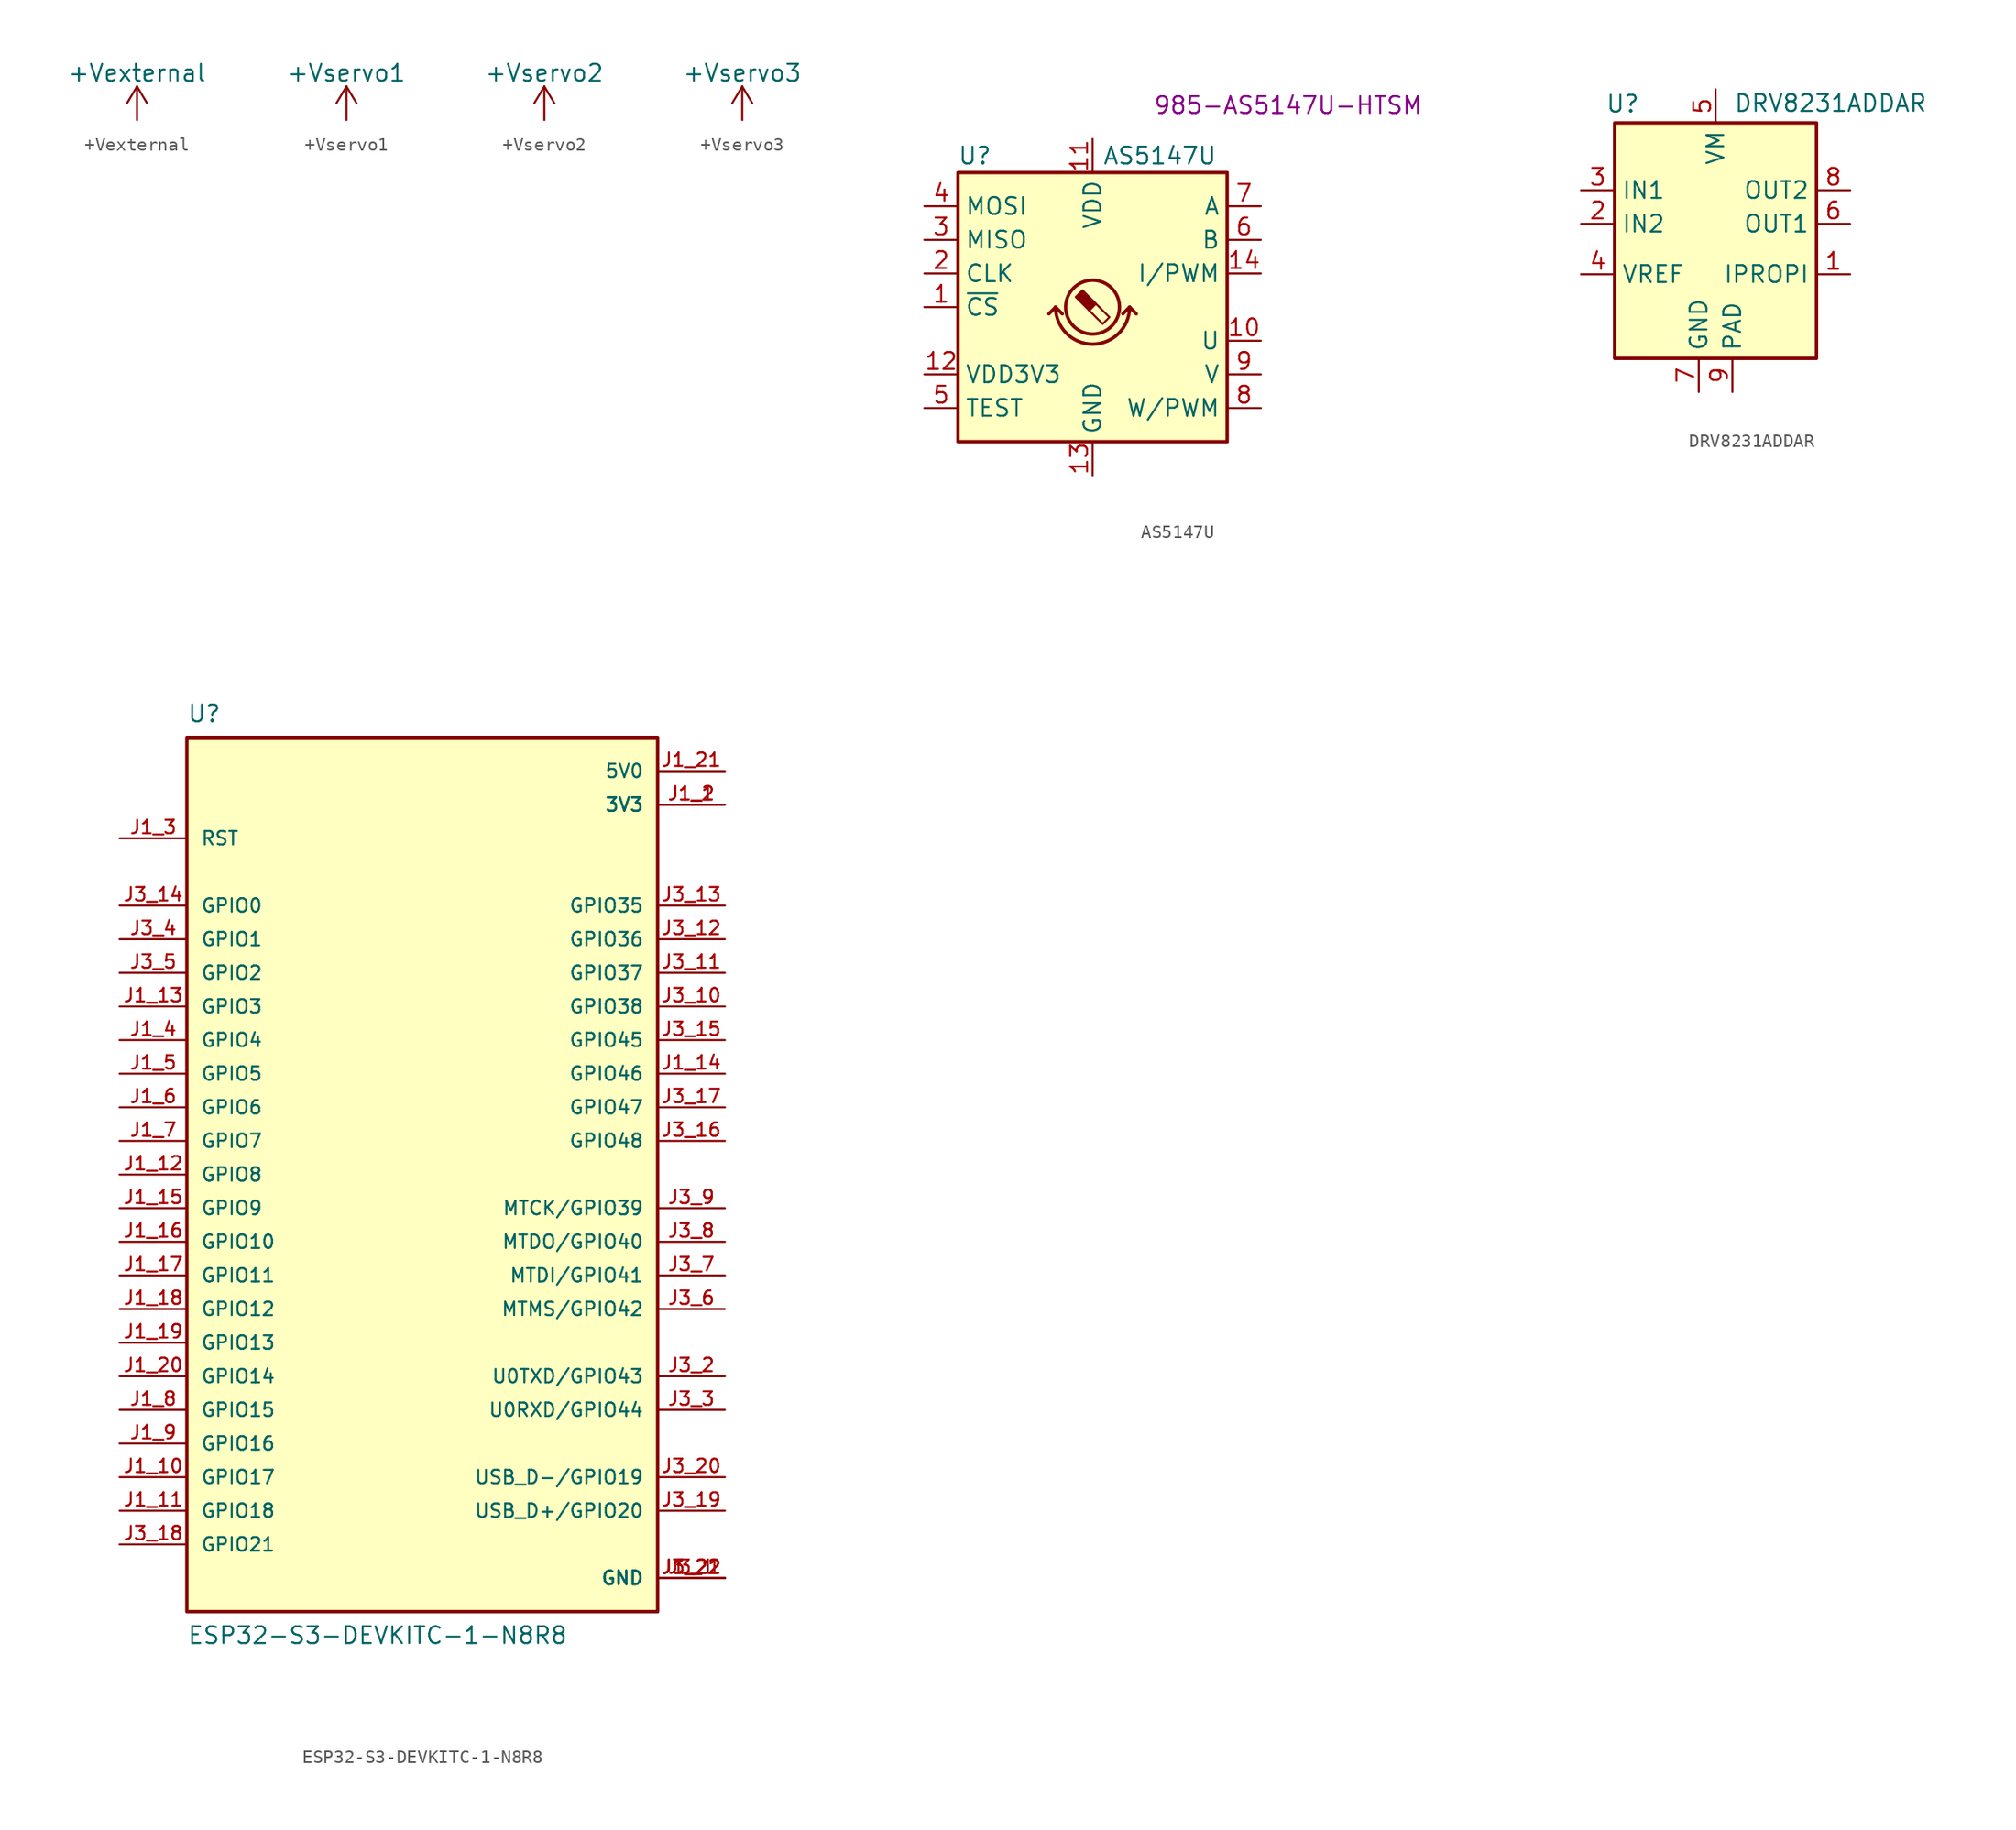
<source format=kicad_sym>
(kicad_symbol_lib
  (version 20220914)
  (generator kicad_symbol_editor)
  (symbol "+Vexternal"
    (power)
    (pin_names
      (offset 0))
    (property "Reference" "#PWR"
      (at 0 -3.81 0)
      (effects (font (size 1.27 1.27)) hide))
    (property "Value" "+Vexternal"
      (at 0 3.556 0)
      (effects (font (size 1.27 1.27))))
    (symbol "+Vexternal_0_1"
      (polyline (pts (xy -0.762 1.27) (xy 0 2.54)) (stroke (width 0) (type default)) (fill (type none)))
      (polyline (pts (xy 0 0) (xy 0 2.54)) (stroke (width 0) (type default)) (fill (type none)))
      (polyline (pts (xy 0 2.54) (xy 0.762 1.27)) (stroke (width 0) (type default)) (fill (type none))))
    (symbol "+Vexternal_1_1"
      (pin power_in line (at 0 0 90) (length 0) hide (name "+Vexternal" (effects (font (size 1.27 1.27)))) (number "1" (effects (font (size 1.27 1.27)))))))
  (symbol "+Vservo1"
    (power)
    (pin_names
      (offset 0))
    (property "Reference" "#PWR"
      (at 0 -3.81 0)
      (effects (font (size 1.27 1.27)) hide))
    (property "Value" "+Vservo1"
      (at 0 3.556 0)
      (effects (font (size 1.27 1.27))))
    (symbol "+Vservo1_0_1"
      (polyline (pts (xy -0.762 1.27) (xy 0 2.54)) (stroke (width 0) (type default)) (fill (type none)))
      (polyline (pts (xy 0 0) (xy 0 2.54)) (stroke (width 0) (type default)) (fill (type none)))
      (polyline (pts (xy 0 2.54) (xy 0.762 1.27)) (stroke (width 0) (type default)) (fill (type none))))
    (symbol "+Vservo1_1_1"
      (pin power_in line (at 0 0 90) (length 0) hide (name "+Vservo1" (effects (font (size 1.27 1.27)))) (number "1" (effects (font (size 1.27 1.27)))))))
  (symbol "+Vservo2"
    (power)
    (pin_names
      (offset 0))
    (property "Reference" "#PWR"
      (at 0 -3.81 0)
      (effects (font (size 1.27 1.27)) hide))
    (property "Value" "+Vservo2"
      (at 0 3.556 0)
      (effects (font (size 1.27 1.27))))
    (symbol "+Vservo2_0_1"
      (polyline (pts (xy -0.762 1.27) (xy 0 2.54)) (stroke (width 0) (type default)) (fill (type none)))
      (polyline (pts (xy 0 0) (xy 0 2.54)) (stroke (width 0) (type default)) (fill (type none)))
      (polyline (pts (xy 0 2.54) (xy 0.762 1.27)) (stroke (width 0) (type default)) (fill (type none))))
    (symbol "+Vservo2_1_1"
      (pin power_in line (at 0 0 90) (length 0) hide (name "+Vservo2" (effects (font (size 1.27 1.27)))) (number "1" (effects (font (size 1.27 1.27)))))))
  (symbol "+Vservo3"
    (power)
    (pin_names
      (offset 0))
    (property "Reference" "#PWR"
      (at 0 -3.81 0)
      (effects (font (size 1.27 1.27)) hide))
    (property "Value" "+Vservo3"
      (at 0 3.556 0)
      (effects (font (size 1.27 1.27))))
    (symbol "+Vservo3_0_1"
      (polyline (pts (xy -0.762 1.27) (xy 0 2.54)) (stroke (width 0) (type default)) (fill (type none)))
      (polyline (pts (xy 0 0) (xy 0 2.54)) (stroke (width 0) (type default)) (fill (type none)))
      (polyline (pts (xy 0 2.54) (xy 0.762 1.27)) (stroke (width 0) (type default)) (fill (type none))))
    (symbol "+Vservo3_1_1"
      (pin power_in line (at 0 0 90) (length 0) hide (name "+Vservo3" (effects (font (size 1.27 1.27)))) (number "1" (effects (font (size 1.27 1.27)))))))
  (symbol "AS5147U"
    (property "Reference" "U"
      (at -8.89 11.43 0)
      (effects (font (size 1.27 1.27))))
    (property "Value" "AS5147U"
      (at 5.08 11.43 0)
      (effects (font (size 1.27 1.27))))
    (property "Mouser" "985-AS5147U-HTSM "
      (at 15.24 15.24 0)
      (effects (font (size 1.27 1.27))))
    (symbol "AS5147U_1_1"
      (rectangle (start -10.16 10.16) (end 10.16 -10.16) (stroke (width 0.254) (type default)) (fill (type background)))
      (arc (start -2.794 0) (mid 0 -2.7819) (end 2.794 0) (stroke (width 0.254) (type default)) (fill (type none)))
      (polyline (pts (xy -2.794 0) (xy -3.302 -0.508)) (stroke (width 0.254) (type default)) (fill (type none)))
      (polyline (pts (xy -2.794 0) (xy -2.286 -0.508)) (stroke (width 0.254) (type default)) (fill (type none)))
      (polyline (pts (xy 2.794 0) (xy 2.286 -0.508)) (stroke (width 0.254) (type default)) (fill (type none)))
      (polyline (pts (xy 2.794 0) (xy 3.302 -0.508)) (stroke (width 0.254) (type default)) (fill (type none)))
      (polyline (pts (xy 0.254 0.254) (xy 1.27 -0.762) (xy 0.762 -1.27) (xy -0.254 -0.254)) (stroke (width 0) (type default)) (fill (type none)))
      (polyline (pts (xy -0.762 1.27) (xy 0.254 0.254) (xy -0.254 -0.254) (xy -1.27 0.762) (xy -1.016 1.016) (xy -0.762 1.27) (xy -0.635 1.143)) (stroke (width 0) (type default)) (fill (type outline)))
      (circle (center 0 0) (radius 2.032) (stroke (width 0.254) (type default)) (fill (type none)))
      (pin input line (at -12.7 0 0) (length 2.54) (name "~{CS}" (effects (font (size 1.27 1.27)))) (number "1" (effects (font (size 1.27 1.27)))))
      (pin output line (at 12.7 -2.54 180) (length 2.54) (name "U" (effects (font (size 1.27 1.27)))) (number "10" (effects (font (size 1.27 1.27)))))
      (pin power_in line (at 0 12.7 270) (length 2.54) (name "VDD" (effects (font (size 1.27 1.27)))) (number "11" (effects (font (size 1.27 1.27)))))
      (pin power_out line (at -12.7 -5.08 0) (length 2.54) (name "VDD3V3" (effects (font (size 1.27 1.27)))) (number "12" (effects (font (size 1.27 1.27)))))
      (pin power_in line (at 0 -12.7 90) (length 2.54) (name "GND" (effects (font (size 1.27 1.27)))) (number "13" (effects (font (size 1.27 1.27)))))
      (pin output line (at 12.7 2.54 180) (length 2.54) (name "I/PWM" (effects (font (size 1.27 1.27)))) (number "14" (effects (font (size 1.27 1.27)))))
      (pin input line (at -12.7 2.54 0) (length 2.54) (name "CLK" (effects (font (size 1.27 1.27)))) (number "2" (effects (font (size 1.27 1.27)))))
      (pin output line (at -12.7 5.08 0) (length 2.54) (name "MISO" (effects (font (size 1.27 1.27)))) (number "3" (effects (font (size 1.27 1.27)))))
      (pin input line (at -12.7 7.62 0) (length 2.54) (name "MOSI" (effects (font (size 1.27 1.27)))) (number "4" (effects (font (size 1.27 1.27)))))
      (pin input line (at -12.7 -7.62 0) (length 2.54) (name "TEST" (effects (font (size 1.27 1.27)))) (number "5" (effects (font (size 1.27 1.27)))))
      (pin output line (at 12.7 5.08 180) (length 2.54) (name "B" (effects (font (size 1.27 1.27)))) (number "6" (effects (font (size 1.27 1.27)))))
      (pin output line (at 12.7 7.62 180) (length 2.54) (name "A" (effects (font (size 1.27 1.27)))) (number "7" (effects (font (size 1.27 1.27)))))
      (pin output line (at 12.7 -7.62 180) (length 2.54) (name "W/PWM" (effects (font (size 1.27 1.27)))) (number "8" (effects (font (size 1.27 1.27)))))
      (pin output line (at 12.7 -5.08 180) (length 2.54) (name "V" (effects (font (size 1.27 1.27)))) (number "9" (effects (font (size 1.27 1.27)))))))
  (symbol "DRV8231ADDAR"
    (property "Reference" "U"
      (at 0.611 -3.646 0)
      (effects (font (size 1.27 1.27))))
    (property "Value" "DRV8231ADDAR"
      (at 16.307 -3.596 0)
      (effects (font (size 1.27 1.27))))
    (symbol "DRV8231ADDAR_0_1"
      (rectangle (start 0 -5.08) (end 15.24 -22.86) (stroke (width 0.254) (type default)) (fill (type background))))
    (symbol "DRV8231ADDAR_1_0"
      (pin output line (at 17.78 -16.51 180) (length 2.54) (name "IPROPI" (effects (font (size 1.27 1.27)))) (number "1" (effects (font (size 1.27 1.27)))))
      (pin input line (at -2.54 -12.7 0) (length 2.54) (name "IN2" (effects (font (size 1.27 1.27)))) (number "2" (effects (font (size 1.27 1.27)))))
      (pin input line (at -2.54 -10.16 0) (length 2.54) (name "IN1" (effects (font (size 1.27 1.27)))) (number "3" (effects (font (size 1.27 1.27)))))
      (pin input line (at -2.54 -16.51 0) (length 2.54) (name "VREF" (effects (font (size 1.27 1.27)))) (number "4" (effects (font (size 1.27 1.27)))))
      (pin power_in line (at 7.62 -2.54 270) (length 2.54) (name "VM" (effects (font (size 1.27 1.27)))) (number "5" (effects (font (size 1.27 1.27)))))
      (pin power_out line (at 17.78 -12.7 180) (length 2.54) (name "OUT1" (effects (font (size 1.27 1.27)))) (number "6" (effects (font (size 1.27 1.27)))))
      (pin power_in line (at 6.35 -25.4 90) (length 2.54) (name "GND" (effects (font (size 1.27 1.27)))) (number "7" (effects (font (size 1.27 1.27)))))
      (pin power_out line (at 17.78 -10.16 180) (length 2.54) (name "OUT2" (effects (font (size 1.27 1.27)))) (number "8" (effects (font (size 1.27 1.27)))))
      (pin power_in line (at 8.89 -25.4 90) (length 2.54) (name "PAD" (effects (font (size 1.27 1.27)))) (number "9" (effects (font (size 1.27 1.27)))))))
  (symbol "ESP32-S3-DEVKITC-1-N8R8"
    (pin_names
      (offset 1.016))
    (property "Reference" "U"
      (at -17.78 35.56 0)
      (effects (font (size 1.27 1.27)) (justify left top)))
    (property "Value" "ESP32-S3-DEVKITC-1-N8R8"
      (at -17.78 -35.56 0)
      (effects (font (size 1.27 1.27)) (justify left bottom)))
    (symbol "ESP32-S3-DEVKITC-1-N8R8_0_0"
      (rectangle (start -17.78 33.02) (end 17.78 -33.02) (stroke (width 0.254) (type default)) (fill (type background)))
      (pin power_in line (at 22.86 27.94 180) (length 5.08) (name "3V3" (effects (font (size 1.016 1.016)))) (number "J1_1" (effects (font (size 1.016 1.016)))))
      (pin bidirectional line (at -22.86 -22.86 0) (length 5.08) (name "GPIO17" (effects (font (size 1.016 1.016)))) (number "J1_10" (effects (font (size 1.016 1.016)))))
      (pin bidirectional line (at -22.86 -25.4 0) (length 5.08) (name "GPIO18" (effects (font (size 1.016 1.016)))) (number "J1_11" (effects (font (size 1.016 1.016)))))
      (pin bidirectional line (at -22.86 0 0) (length 5.08) (name "GPIO8" (effects (font (size 1.016 1.016)))) (number "J1_12" (effects (font (size 1.016 1.016)))))
      (pin bidirectional line (at -22.86 12.7 0) (length 5.08) (name "GPIO3" (effects (font (size 1.016 1.016)))) (number "J1_13" (effects (font (size 1.016 1.016)))))
      (pin bidirectional line (at 22.86 7.62 180) (length 5.08) (name "GPIO46" (effects (font (size 1.016 1.016)))) (number "J1_14" (effects (font (size 1.016 1.016)))))
      (pin bidirectional line (at -22.86 -2.54 0) (length 5.08) (name "GPIO9" (effects (font (size 1.016 1.016)))) (number "J1_15" (effects (font (size 1.016 1.016)))))
      (pin bidirectional line (at -22.86 -5.08 0) (length 5.08) (name "GPIO10" (effects (font (size 1.016 1.016)))) (number "J1_16" (effects (font (size 1.016 1.016)))))
      (pin bidirectional line (at -22.86 -7.62 0) (length 5.08) (name "GPIO11" (effects (font (size 1.016 1.016)))) (number "J1_17" (effects (font (size 1.016 1.016)))))
      (pin bidirectional line (at -22.86 -10.16 0) (length 5.08) (name "GPIO12" (effects (font (size 1.016 1.016)))) (number "J1_18" (effects (font (size 1.016 1.016)))))
      (pin bidirectional line (at -22.86 -12.7 0) (length 5.08) (name "GPIO13" (effects (font (size 1.016 1.016)))) (number "J1_19" (effects (font (size 1.016 1.016)))))
      (pin power_in line (at 22.86 27.94 180) (length 5.08) (name "3V3" (effects (font (size 1.016 1.016)))) (number "J1_2" (effects (font (size 1.016 1.016)))))
      (pin bidirectional line (at -22.86 -15.24 0) (length 5.08) (name "GPIO14" (effects (font (size 1.016 1.016)))) (number "J1_20" (effects (font (size 1.016 1.016)))))
      (pin power_in line (at 22.86 30.48 180) (length 5.08) (name "5V0" (effects (font (size 1.016 1.016)))) (number "J1_21" (effects (font (size 1.016 1.016)))))
      (pin power_in line (at 22.86 -30.48 180) (length 5.08) (name "GND" (effects (font (size 1.016 1.016)))) (number "J1_22" (effects (font (size 1.016 1.016)))))
      (pin input line (at -22.86 25.4 0) (length 5.08) (name "RST" (effects (font (size 1.016 1.016)))) (number "J1_3" (effects (font (size 1.016 1.016)))))
      (pin bidirectional line (at -22.86 10.16 0) (length 5.08) (name "GPIO4" (effects (font (size 1.016 1.016)))) (number "J1_4" (effects (font (size 1.016 1.016)))))
      (pin bidirectional line (at -22.86 7.62 0) (length 5.08) (name "GPIO5" (effects (font (size 1.016 1.016)))) (number "J1_5" (effects (font (size 1.016 1.016)))))
      (pin bidirectional line (at -22.86 5.08 0) (length 5.08) (name "GPIO6" (effects (font (size 1.016 1.016)))) (number "J1_6" (effects (font (size 1.016 1.016)))))
      (pin bidirectional line (at -22.86 2.54 0) (length 5.08) (name "GPIO7" (effects (font (size 1.016 1.016)))) (number "J1_7" (effects (font (size 1.016 1.016)))))
      (pin bidirectional line (at -22.86 -17.78 0) (length 5.08) (name "GPIO15" (effects (font (size 1.016 1.016)))) (number "J1_8" (effects (font (size 1.016 1.016)))))
      (pin bidirectional line (at -22.86 -20.32 0) (length 5.08) (name "GPIO16" (effects (font (size 1.016 1.016)))) (number "J1_9" (effects (font (size 1.016 1.016)))))
      (pin power_in line (at 22.86 -30.48 180) (length 5.08) (name "GND" (effects (font (size 1.016 1.016)))) (number "J3_1" (effects (font (size 1.016 1.016)))))
      (pin bidirectional line (at 22.86 12.7 180) (length 5.08) (name "GPIO38" (effects (font (size 1.016 1.016)))) (number "J3_10" (effects (font (size 1.016 1.016)))))
      (pin bidirectional line (at 22.86 15.24 180) (length 5.08) (name "GPIO37" (effects (font (size 1.016 1.016)))) (number "J3_11" (effects (font (size 1.016 1.016)))))
      (pin bidirectional line (at 22.86 17.78 180) (length 5.08) (name "GPIO36" (effects (font (size 1.016 1.016)))) (number "J3_12" (effects (font (size 1.016 1.016)))))
      (pin bidirectional line (at 22.86 20.32 180) (length 5.08) (name "GPIO35" (effects (font (size 1.016 1.016)))) (number "J3_13" (effects (font (size 1.016 1.016)))))
      (pin bidirectional line (at -22.86 20.32 0) (length 5.08) (name "GPIO0" (effects (font (size 1.016 1.016)))) (number "J3_14" (effects (font (size 1.016 1.016)))))
      (pin bidirectional line (at 22.86 10.16 180) (length 5.08) (name "GPIO45" (effects (font (size 1.016 1.016)))) (number "J3_15" (effects (font (size 1.016 1.016)))))
      (pin bidirectional line (at 22.86 2.54 180) (length 5.08) (name "GPIO48" (effects (font (size 1.016 1.016)))) (number "J3_16" (effects (font (size 1.016 1.016)))))
      (pin bidirectional line (at 22.86 5.08 180) (length 5.08) (name "GPIO47" (effects (font (size 1.016 1.016)))) (number "J3_17" (effects (font (size 1.016 1.016)))))
      (pin bidirectional line (at -22.86 -27.94 0) (length 5.08) (name "GPIO21" (effects (font (size 1.016 1.016)))) (number "J3_18" (effects (font (size 1.016 1.016)))))
      (pin bidirectional line (at 22.86 -25.4 180) (length 5.08) (name "USB_D+/GPIO20" (effects (font (size 1.016 1.016)))) (number "J3_19" (effects (font (size 1.016 1.016)))))
      (pin bidirectional line (at 22.86 -15.24 180) (length 5.08) (name "U0TXD/GPIO43" (effects (font (size 1.016 1.016)))) (number "J3_2" (effects (font (size 1.016 1.016)))))
      (pin bidirectional line (at 22.86 -22.86 180) (length 5.08) (name "USB_D-/GPIO19" (effects (font (size 1.016 1.016)))) (number "J3_20" (effects (font (size 1.016 1.016)))))
      (pin power_in line (at 22.86 -30.48 180) (length 5.08) (name "GND" (effects (font (size 1.016 1.016)))) (number "J3_21" (effects (font (size 1.016 1.016)))))
      (pin power_in line (at 22.86 -30.48 180) (length 5.08) (name "GND" (effects (font (size 1.016 1.016)))) (number "J3_22" (effects (font (size 1.016 1.016)))))
      (pin bidirectional line (at 22.86 -17.78 180) (length 5.08) (name "U0RXD/GPIO44" (effects (font (size 1.016 1.016)))) (number "J3_3" (effects (font (size 1.016 1.016)))))
      (pin bidirectional line (at -22.86 17.78 0) (length 5.08) (name "GPIO1" (effects (font (size 1.016 1.016)))) (number "J3_4" (effects (font (size 1.016 1.016)))))
      (pin bidirectional line (at -22.86 15.24 0) (length 5.08) (name "GPIO2" (effects (font (size 1.016 1.016)))) (number "J3_5" (effects (font (size 1.016 1.016)))))
      (pin bidirectional line (at 22.86 -10.16 180) (length 5.08) (name "MTMS/GPIO42" (effects (font (size 1.016 1.016)))) (number "J3_6" (effects (font (size 1.016 1.016)))))
      (pin bidirectional line (at 22.86 -7.62 180) (length 5.08) (name "MTDI/GPIO41" (effects (font (size 1.016 1.016)))) (number "J3_7" (effects (font (size 1.016 1.016)))))
      (pin bidirectional line (at 22.86 -5.08 180) (length 5.08) (name "MTDO/GPIO40" (effects (font (size 1.016 1.016)))) (number "J3_8" (effects (font (size 1.016 1.016)))))
      (pin bidirectional line (at 22.86 -2.54 180) (length 5.08) (name "MTCK/GPIO39" (effects (font (size 1.016 1.016)))) (number "J3_9" (effects (font (size 1.016 1.016))))))))
</source>
